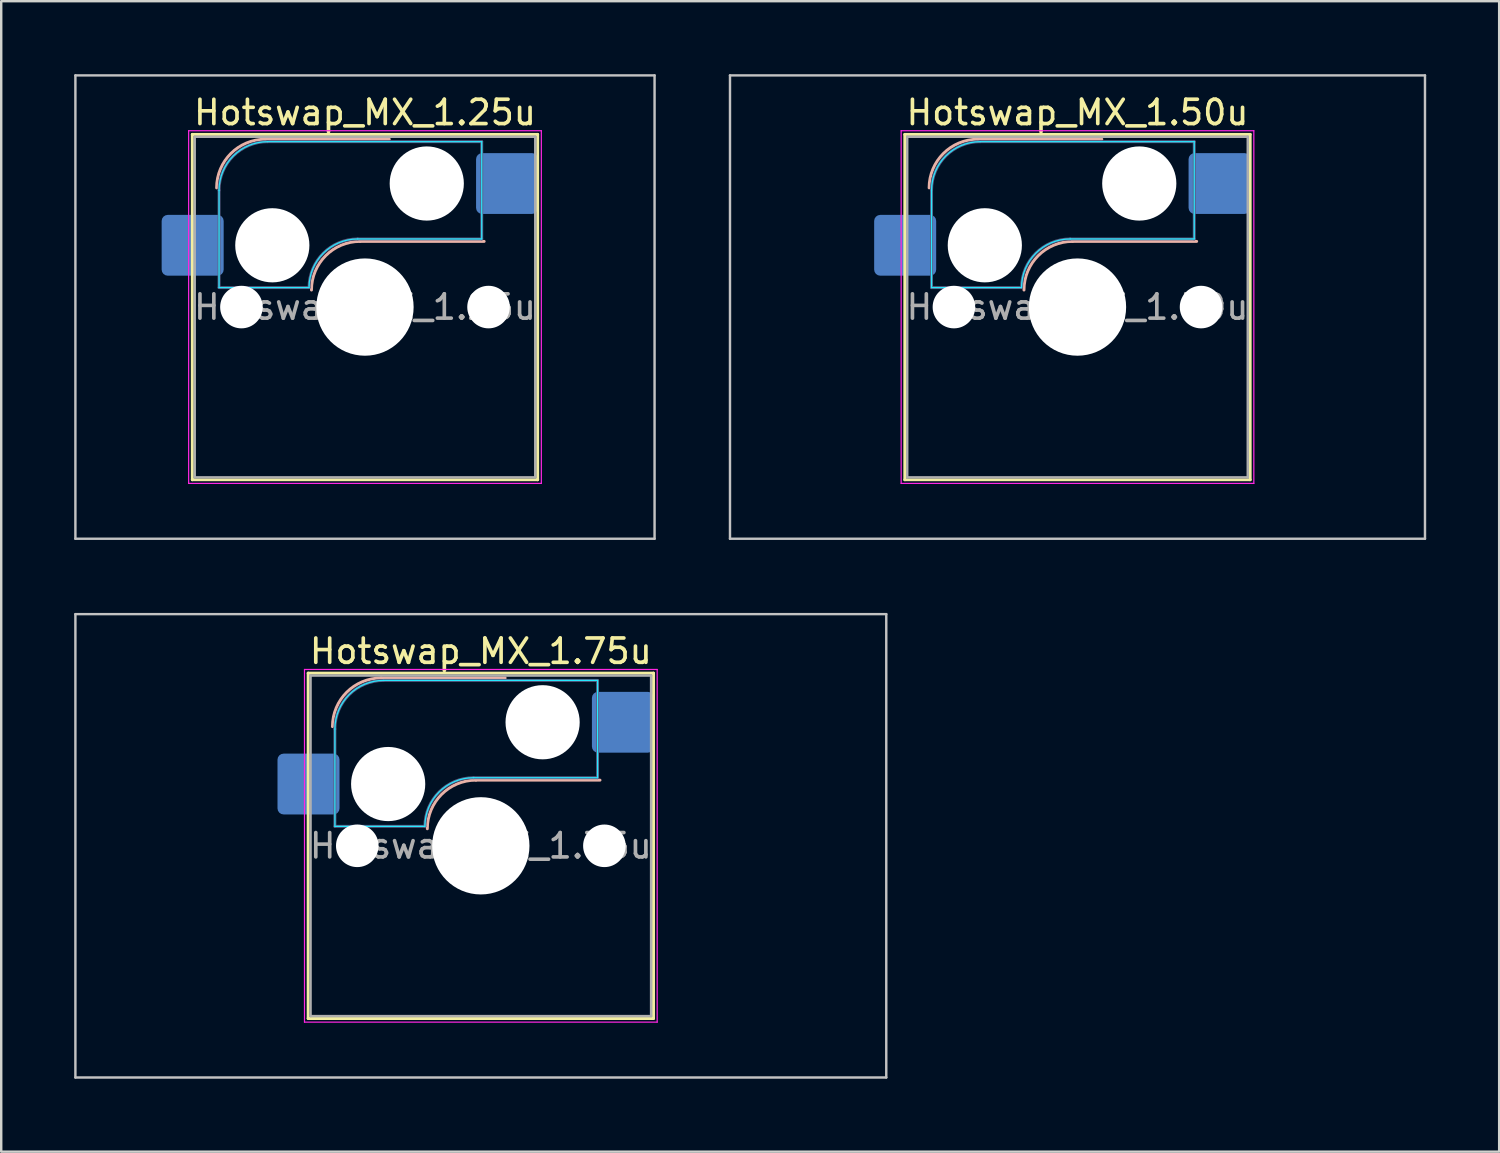
<source format=kicad_pcb>
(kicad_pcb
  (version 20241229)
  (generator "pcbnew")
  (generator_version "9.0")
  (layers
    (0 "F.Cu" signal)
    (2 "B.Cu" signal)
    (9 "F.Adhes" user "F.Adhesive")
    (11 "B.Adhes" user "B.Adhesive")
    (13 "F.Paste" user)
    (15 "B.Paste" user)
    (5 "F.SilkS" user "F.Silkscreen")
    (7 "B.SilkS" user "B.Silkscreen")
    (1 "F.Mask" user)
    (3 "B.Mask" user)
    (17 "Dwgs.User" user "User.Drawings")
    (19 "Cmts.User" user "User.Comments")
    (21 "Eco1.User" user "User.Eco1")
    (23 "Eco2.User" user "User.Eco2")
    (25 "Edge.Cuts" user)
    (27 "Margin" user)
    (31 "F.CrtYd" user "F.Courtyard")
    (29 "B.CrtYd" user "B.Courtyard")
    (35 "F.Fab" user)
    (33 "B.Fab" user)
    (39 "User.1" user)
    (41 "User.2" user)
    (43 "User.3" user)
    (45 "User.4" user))
  (footprint "Hotswap_MX_1.25u"
    (layer "F.Cu")
    (at 11.956 9.575)
    (property "Reference" "Hotswap_MX_1.25u" (at 0 -8 0) (layer "F.SilkS") (effects (font (size 1 1) (thickness 0.15))))
    (attr smd)
    (fp_line (start -7.1 -7.1) (end -7.1 7.1) (stroke (width 0.12) (type solid)) (layer "F.SilkS"))
    (fp_line (start -7.1 7.1) (end 7.1 7.1) (stroke (width 0.12) (type solid)) (layer "F.SilkS"))
    (fp_line (start 7.1 -7.1) (end -7.1 -7.1) (stroke (width 0.12) (type solid)) (layer "F.SilkS"))
    (fp_line (start 7.1 7.1) (end 7.1 -7.1) (stroke (width 0.12) (type solid)) (layer "F.SilkS"))
    (fp_line (start -4.1 -6.9) (end 1 -6.9) (stroke (width 0.12) (type solid)) (layer "B.SilkS"))
    (fp_line (start -0.2 -2.7) (end 4.9 -2.7) (stroke (width 0.12) (type solid)) (layer "B.SilkS"))
    (fp_arc (start -6.1 -4.9) (mid -5.514214 -6.314214) (end -4.1 -6.9) (stroke (width 0.12) (type solid)) (layer "B.SilkS"))
    (fp_arc (start -2.2 -0.7) (mid -1.614214 -2.114214) (end -0.2 -2.7) (stroke (width 0.12) (type solid)) (layer "B.SilkS"))
    (fp_line (start -11.906 -9.525) (end -11.906 9.525) (stroke (width 0.1) (type solid)) (layer "Dwgs.User"))
    (fp_line (start -11.906 9.525) (end 11.906 9.525) (stroke (width 0.1) (type solid)) (layer "Dwgs.User"))
    (fp_line (start 11.906 -9.525) (end -11.906 -9.525) (stroke (width 0.1) (type solid)) (layer "Dwgs.User"))
    (fp_line (start 11.906 9.525) (end 11.906 -9.525) (stroke (width 0.1) (type solid)) (layer "Dwgs.User"))
    (fp_line (start -7.8 -6) (end -7 -6) (stroke (width 0.1) (type solid)) (layer "Eco1.User"))
    (fp_line (start -7.8 -2.9) (end -7.8 -6) (stroke (width 0.1) (type solid)) (layer "Eco1.User"))
    (fp_line (start -7.8 2.9) (end -7 2.9) (stroke (width 0.1) (type solid)) (layer "Eco1.User"))
    (fp_line (start -7.8 6) (end -7.8 2.9) (stroke (width 0.1) (type solid)) (layer "Eco1.User"))
    (fp_line (start -7 -7) (end 7 -7) (stroke (width 0.1) (type solid)) (layer "Eco1.User"))
    (fp_line (start -7 -6) (end -7 -7) (stroke (width 0.1) (type solid)) (layer "Eco1.User"))
    (fp_line (start -7 -2.9) (end -7.8 -2.9) (stroke (width 0.1) (type solid)) (layer "Eco1.User"))
    (fp_line (start -7 2.9) (end -7 -2.9) (stroke (width 0.1) (type solid)) (layer "Eco1.User"))
    (fp_line (start -7 6) (end -7.8 6) (stroke (width 0.1) (type solid)) (layer "Eco1.User"))
    (fp_line (start -7 7) (end -7 6) (stroke (width 0.1) (type solid)) (layer "Eco1.User"))
    (fp_line (start 7 -7) (end 7 -6) (stroke (width 0.1) (type solid)) (layer "Eco1.User"))
    (fp_line (start 7 -6) (end 7.8 -6) (stroke (width 0.1) (type solid)) (layer "Eco1.User"))
    (fp_line (start 7 -2.9) (end 7 2.9) (stroke (width 0.1) (type solid)) (layer "Eco1.User"))
    (fp_line (start 7 2.9) (end 7.8 2.9) (stroke (width 0.1) (type solid)) (layer "Eco1.User"))
    (fp_line (start 7 6) (end 7 7) (stroke (width 0.1) (type solid)) (layer "Eco1.User"))
    (fp_line (start 7 7) (end -7 7) (stroke (width 0.1) (type solid)) (layer "Eco1.User"))
    (fp_line (start 7.8 -6) (end 7.8 -2.9) (stroke (width 0.1) (type solid)) (layer "Eco1.User"))
    (fp_line (start 7.8 -2.9) (end 7 -2.9) (stroke (width 0.1) (type solid)) (layer "Eco1.User"))
    (fp_line (start 7.8 2.9) (end 7.8 6) (stroke (width 0.1) (type solid)) (layer "Eco1.User"))
    (fp_line (start 7.8 6) (end 7 6) (stroke (width 0.1) (type solid)) (layer "Eco1.User"))
    (fp_line (start -6 -0.8) (end -6 -4.8) (stroke (width 0.05) (type solid)) (layer "B.CrtYd"))
    (fp_line (start -6 -0.8) (end -2.3 -0.8) (stroke (width 0.05) (type solid)) (layer "B.CrtYd"))
    (fp_line (start -4 -6.8) (end 4.8 -6.8) (stroke (width 0.05) (type solid)) (layer "B.CrtYd"))
    (fp_line (start -0.3 -2.8) (end 4.8 -2.8) (stroke (width 0.05) (type solid)) (layer "B.CrtYd"))
    (fp_line (start 4.8 -6.8) (end 4.8 -2.8) (stroke (width 0.05) (type solid)) (layer "B.CrtYd"))
    (fp_arc (start -6 -4.8) (mid -5.414214 -6.214213) (end -4 -6.8) (stroke (width 0.05) (type solid)) (layer "B.CrtYd"))
    (fp_arc (start -2.3 -0.8) (mid -1.714213 -2.214213) (end -0.3 -2.8) (stroke (width 0.05) (type solid)) (layer "B.CrtYd"))
    (fp_line (start -7.25 -7.25) (end -7.25 7.25) (stroke (width 0.05) (type solid)) (layer "F.CrtYd"))
    (fp_line (start -7.25 7.25) (end 7.25 7.25) (stroke (width 0.05) (type solid)) (layer "F.CrtYd"))
    (fp_line (start 7.25 -7.25) (end -7.25 -7.25) (stroke (width 0.05) (type solid)) (layer "F.CrtYd"))
    (fp_line (start 7.25 7.25) (end 7.25 -7.25) (stroke (width 0.05) (type solid)) (layer "F.CrtYd"))
    (fp_line (start -6 -0.8) (end -6 -4.8) (stroke (width 0.12) (type solid)) (layer "B.Fab"))
    (fp_line (start -6 -0.8) (end -2.3 -0.8) (stroke (width 0.12) (type solid)) (layer "B.Fab"))
    (fp_line (start -4 -6.8) (end 4.8 -6.8) (stroke (width 0.12) (type solid)) (layer "B.Fab"))
    (fp_line (start -0.3 -2.8) (end 4.8 -2.8) (stroke (width 0.12) (type solid)) (layer "B.Fab"))
    (fp_line (start 4.8 -6.8) (end 4.8 -2.8) (stroke (width 0.12) (type solid)) (layer "B.Fab"))
    (fp_arc (start -6 -4.8) (mid -5.414214 -6.214213) (end -4 -6.8) (stroke (width 0.12) (type solid)) (layer "B.Fab"))
    (fp_arc (start -2.3 -0.8) (mid -1.714213 -2.214213) (end -0.3 -2.8) (stroke (width 0.12) (type solid)) (layer "B.Fab"))
    (fp_line (start -7 -7) (end -7 7) (stroke (width 0.1) (type solid)) (layer "F.Fab"))
    (fp_line (start -7 7) (end 7 7) (stroke (width 0.1) (type solid)) (layer "F.Fab"))
    (fp_line (start 7 -7) (end -7 -7) (stroke (width 0.1) (type solid)) (layer "F.Fab"))
    (fp_line (start 7 7) (end 7 -7) (stroke (width 0.1) (type solid)) (layer "F.Fab"))
    (fp_text user "${REFERENCE}" (at 0 0 0) (layer "F.Fab") (effects (font (size 1 1) (thickness 0.15))))
    (pad "" np_thru_hole circle (at -5.08 0) (size 1.75 1.75) (drill 1.75) (layers "*.Cu" "*.Mask"))
    (pad "" np_thru_hole circle (at -3.81 -2.54) (size 3.05 3.05) (drill 3.05) (layers "*.Cu" "*.Mask"))
    (pad "" np_thru_hole circle (at 0 0) (size 4 4) (drill 4) (layers "*.Cu" "*.Mask"))
    (pad "" np_thru_hole circle (at 2.54 -5.08) (size 3.05 3.05) (drill 3.05) (layers "*.Cu" "*.Mask"))
    (pad "" np_thru_hole circle (at 5.08 0) (size 1.75 1.75) (drill 1.75) (layers "*.Cu" "*.Mask"))
    (pad "1" smd roundrect (at -7.085 -2.54) (size 2.55 2.5) (layers "B.Cu" "B.Mask" "B.Paste") (roundrect_rratio 0.1))
    (pad "2" smd roundrect (at 5.842 -5.08) (size 2.55 2.5) (layers "B.Cu" "B.Mask" "B.Paste") (roundrect_rratio 0.1)))
  (footprint "Hotswap_MX_1.50u"
    (layer "F.Cu")
    (at 41.25 9.575)
    (property "Reference" "Hotswap_MX_1.50u" (at 0 -8 0) (layer "F.SilkS") (effects (font (size 1 1) (thickness 0.15))))
    (attr smd)
    (fp_line (start -7.1 -7.1) (end -7.1 7.1) (stroke (width 0.12) (type solid)) (layer "F.SilkS"))
    (fp_line (start -7.1 7.1) (end 7.1 7.1) (stroke (width 0.12) (type solid)) (layer "F.SilkS"))
    (fp_line (start 7.1 -7.1) (end -7.1 -7.1) (stroke (width 0.12) (type solid)) (layer "F.SilkS"))
    (fp_line (start 7.1 7.1) (end 7.1 -7.1) (stroke (width 0.12) (type solid)) (layer "F.SilkS"))
    (fp_line (start -4.1 -6.9) (end 1 -6.9) (stroke (width 0.12) (type solid)) (layer "B.SilkS"))
    (fp_line (start -0.2 -2.7) (end 4.9 -2.7) (stroke (width 0.12) (type solid)) (layer "B.SilkS"))
    (fp_arc (start -6.1 -4.9) (mid -5.514214 -6.314214) (end -4.1 -6.9) (stroke (width 0.12) (type solid)) (layer "B.SilkS"))
    (fp_arc (start -2.2 -0.7) (mid -1.614214 -2.114214) (end -0.2 -2.7) (stroke (width 0.12) (type solid)) (layer "B.SilkS"))
    (fp_line (start -14.287 -9.525) (end -14.287 9.525) (stroke (width 0.1) (type solid)) (layer "Dwgs.User"))
    (fp_line (start -14.287 9.525) (end 14.287 9.525) (stroke (width 0.1) (type solid)) (layer "Dwgs.User"))
    (fp_line (start 14.287 -9.525) (end -14.287 -9.525) (stroke (width 0.1) (type solid)) (layer "Dwgs.User"))
    (fp_line (start 14.287 9.525) (end 14.287 -9.525) (stroke (width 0.1) (type solid)) (layer "Dwgs.User"))
    (fp_line (start -7.8 -6) (end -7 -6) (stroke (width 0.1) (type solid)) (layer "Eco1.User"))
    (fp_line (start -7.8 -2.9) (end -7.8 -6) (stroke (width 0.1) (type solid)) (layer "Eco1.User"))
    (fp_line (start -7.8 2.9) (end -7 2.9) (stroke (width 0.1) (type solid)) (layer "Eco1.User"))
    (fp_line (start -7.8 6) (end -7.8 2.9) (stroke (width 0.1) (type solid)) (layer "Eco1.User"))
    (fp_line (start -7 -7) (end 7 -7) (stroke (width 0.1) (type solid)) (layer "Eco1.User"))
    (fp_line (start -7 -6) (end -7 -7) (stroke (width 0.1) (type solid)) (layer "Eco1.User"))
    (fp_line (start -7 -2.9) (end -7.8 -2.9) (stroke (width 0.1) (type solid)) (layer "Eco1.User"))
    (fp_line (start -7 2.9) (end -7 -2.9) (stroke (width 0.1) (type solid)) (layer "Eco1.User"))
    (fp_line (start -7 6) (end -7.8 6) (stroke (width 0.1) (type solid)) (layer "Eco1.User"))
    (fp_line (start -7 7) (end -7 6) (stroke (width 0.1) (type solid)) (layer "Eco1.User"))
    (fp_line (start 7 -7) (end 7 -6) (stroke (width 0.1) (type solid)) (layer "Eco1.User"))
    (fp_line (start 7 -6) (end 7.8 -6) (stroke (width 0.1) (type solid)) (layer "Eco1.User"))
    (fp_line (start 7 -2.9) (end 7 2.9) (stroke (width 0.1) (type solid)) (layer "Eco1.User"))
    (fp_line (start 7 2.9) (end 7.8 2.9) (stroke (width 0.1) (type solid)) (layer "Eco1.User"))
    (fp_line (start 7 6) (end 7 7) (stroke (width 0.1) (type solid)) (layer "Eco1.User"))
    (fp_line (start 7 7) (end -7 7) (stroke (width 0.1) (type solid)) (layer "Eco1.User"))
    (fp_line (start 7.8 -6) (end 7.8 -2.9) (stroke (width 0.1) (type solid)) (layer "Eco1.User"))
    (fp_line (start 7.8 -2.9) (end 7 -2.9) (stroke (width 0.1) (type solid)) (layer "Eco1.User"))
    (fp_line (start 7.8 2.9) (end 7.8 6) (stroke (width 0.1) (type solid)) (layer "Eco1.User"))
    (fp_line (start 7.8 6) (end 7 6) (stroke (width 0.1) (type solid)) (layer "Eco1.User"))
    (fp_line (start -6 -0.8) (end -6 -4.8) (stroke (width 0.05) (type solid)) (layer "B.CrtYd"))
    (fp_line (start -6 -0.8) (end -2.3 -0.8) (stroke (width 0.05) (type solid)) (layer "B.CrtYd"))
    (fp_line (start -4 -6.8) (end 4.8 -6.8) (stroke (width 0.05) (type solid)) (layer "B.CrtYd"))
    (fp_line (start -0.3 -2.8) (end 4.8 -2.8) (stroke (width 0.05) (type solid)) (layer "B.CrtYd"))
    (fp_line (start 4.8 -6.8) (end 4.8 -2.8) (stroke (width 0.05) (type solid)) (layer "B.CrtYd"))
    (fp_arc (start -6 -4.8) (mid -5.414214 -6.214213) (end -4 -6.8) (stroke (width 0.05) (type solid)) (layer "B.CrtYd"))
    (fp_arc (start -2.3 -0.8) (mid -1.714213 -2.214213) (end -0.3 -2.8) (stroke (width 0.05) (type solid)) (layer "B.CrtYd"))
    (fp_line (start -7.25 -7.25) (end -7.25 7.25) (stroke (width 0.05) (type solid)) (layer "F.CrtYd"))
    (fp_line (start -7.25 7.25) (end 7.25 7.25) (stroke (width 0.05) (type solid)) (layer "F.CrtYd"))
    (fp_line (start 7.25 -7.25) (end -7.25 -7.25) (stroke (width 0.05) (type solid)) (layer "F.CrtYd"))
    (fp_line (start 7.25 7.25) (end 7.25 -7.25) (stroke (width 0.05) (type solid)) (layer "F.CrtYd"))
    (fp_line (start -6 -0.8) (end -6 -4.8) (stroke (width 0.12) (type solid)) (layer "B.Fab"))
    (fp_line (start -6 -0.8) (end -2.3 -0.8) (stroke (width 0.12) (type solid)) (layer "B.Fab"))
    (fp_line (start -4 -6.8) (end 4.8 -6.8) (stroke (width 0.12) (type solid)) (layer "B.Fab"))
    (fp_line (start -0.3 -2.8) (end 4.8 -2.8) (stroke (width 0.12) (type solid)) (layer "B.Fab"))
    (fp_line (start 4.8 -6.8) (end 4.8 -2.8) (stroke (width 0.12) (type solid)) (layer "B.Fab"))
    (fp_arc (start -6 -4.8) (mid -5.414214 -6.214213) (end -4 -6.8) (stroke (width 0.12) (type solid)) (layer "B.Fab"))
    (fp_arc (start -2.3 -0.8) (mid -1.714213 -2.214213) (end -0.3 -2.8) (stroke (width 0.12) (type solid)) (layer "B.Fab"))
    (fp_line (start -7 -7) (end -7 7) (stroke (width 0.1) (type solid)) (layer "F.Fab"))
    (fp_line (start -7 7) (end 7 7) (stroke (width 0.1) (type solid)) (layer "F.Fab"))
    (fp_line (start 7 -7) (end -7 -7) (stroke (width 0.1) (type solid)) (layer "F.Fab"))
    (fp_line (start 7 7) (end 7 -7) (stroke (width 0.1) (type solid)) (layer "F.Fab"))
    (fp_text user "${REFERENCE}" (at 0 0 0) (layer "F.Fab") (effects (font (size 1 1) (thickness 0.15))))
    (pad "" np_thru_hole circle (at -5.08 0) (size 1.75 1.75) (drill 1.75) (layers "*.Cu" "*.Mask"))
    (pad "" np_thru_hole circle (at -3.81 -2.54) (size 3.05 3.05) (drill 3.05) (layers "*.Cu" "*.Mask"))
    (pad "" np_thru_hole circle (at 0 0) (size 4 4) (drill 4) (layers "*.Cu" "*.Mask"))
    (pad "" np_thru_hole circle (at 2.54 -5.08) (size 3.05 3.05) (drill 3.05) (layers "*.Cu" "*.Mask"))
    (pad "" np_thru_hole circle (at 5.08 0) (size 1.75 1.75) (drill 1.75) (layers "*.Cu" "*.Mask"))
    (pad "1" smd roundrect (at -7.085 -2.54) (size 2.55 2.5) (layers "B.Cu" "B.Mask" "B.Paste") (roundrect_rratio 0.1))
    (pad "2" smd roundrect (at 5.842 -5.08) (size 2.55 2.5) (layers "B.Cu" "B.Mask" "B.Paste") (roundrect_rratio 0.1)))
  (footprint "Hotswap_MX_1.75u"
    (layer "F.Cu")
    (at 16.719 31.725)
    (property "Reference" "Hotswap_MX_1.75u" (at 0 -8 0) (layer "F.SilkS") (effects (font (size 1 1) (thickness 0.15))))
    (attr smd)
    (fp_line (start -7.1 -7.1) (end -7.1 7.1) (stroke (width 0.12) (type solid)) (layer "F.SilkS"))
    (fp_line (start -7.1 7.1) (end 7.1 7.1) (stroke (width 0.12) (type solid)) (layer "F.SilkS"))
    (fp_line (start 7.1 -7.1) (end -7.1 -7.1) (stroke (width 0.12) (type solid)) (layer "F.SilkS"))
    (fp_line (start 7.1 7.1) (end 7.1 -7.1) (stroke (width 0.12) (type solid)) (layer "F.SilkS"))
    (fp_line (start -4.1 -6.9) (end 1 -6.9) (stroke (width 0.12) (type solid)) (layer "B.SilkS"))
    (fp_line (start -0.2 -2.7) (end 4.9 -2.7) (stroke (width 0.12) (type solid)) (layer "B.SilkS"))
    (fp_arc (start -6.1 -4.9) (mid -5.514214 -6.314214) (end -4.1 -6.9) (stroke (width 0.12) (type solid)) (layer "B.SilkS"))
    (fp_arc (start -2.2 -0.7) (mid -1.614214 -2.114214) (end -0.2 -2.7) (stroke (width 0.12) (type solid)) (layer "B.SilkS"))
    (fp_line (start -16.669 -9.525) (end -16.669 9.525) (stroke (width 0.1) (type solid)) (layer "Dwgs.User"))
    (fp_line (start -16.669 9.525) (end 16.669 9.525) (stroke (width 0.1) (type solid)) (layer "Dwgs.User"))
    (fp_line (start 16.669 -9.525) (end -16.669 -9.525) (stroke (width 0.1) (type solid)) (layer "Dwgs.User"))
    (fp_line (start 16.669 9.525) (end 16.669 -9.525) (stroke (width 0.1) (type solid)) (layer "Dwgs.User"))
    (fp_line (start -7.8 -6) (end -7 -6) (stroke (width 0.1) (type solid)) (layer "Eco1.User"))
    (fp_line (start -7.8 -2.9) (end -7.8 -6) (stroke (width 0.1) (type solid)) (layer "Eco1.User"))
    (fp_line (start -7.8 2.9) (end -7 2.9) (stroke (width 0.1) (type solid)) (layer "Eco1.User"))
    (fp_line (start -7.8 6) (end -7.8 2.9) (stroke (width 0.1) (type solid)) (layer "Eco1.User"))
    (fp_line (start -7 -7) (end 7 -7) (stroke (width 0.1) (type solid)) (layer "Eco1.User"))
    (fp_line (start -7 -6) (end -7 -7) (stroke (width 0.1) (type solid)) (layer "Eco1.User"))
    (fp_line (start -7 -2.9) (end -7.8 -2.9) (stroke (width 0.1) (type solid)) (layer "Eco1.User"))
    (fp_line (start -7 2.9) (end -7 -2.9) (stroke (width 0.1) (type solid)) (layer "Eco1.User"))
    (fp_line (start -7 6) (end -7.8 6) (stroke (width 0.1) (type solid)) (layer "Eco1.User"))
    (fp_line (start -7 7) (end -7 6) (stroke (width 0.1) (type solid)) (layer "Eco1.User"))
    (fp_line (start 7 -7) (end 7 -6) (stroke (width 0.1) (type solid)) (layer "Eco1.User"))
    (fp_line (start 7 -6) (end 7.8 -6) (stroke (width 0.1) (type solid)) (layer "Eco1.User"))
    (fp_line (start 7 -2.9) (end 7 2.9) (stroke (width 0.1) (type solid)) (layer "Eco1.User"))
    (fp_line (start 7 2.9) (end 7.8 2.9) (stroke (width 0.1) (type solid)) (layer "Eco1.User"))
    (fp_line (start 7 6) (end 7 7) (stroke (width 0.1) (type solid)) (layer "Eco1.User"))
    (fp_line (start 7 7) (end -7 7) (stroke (width 0.1) (type solid)) (layer "Eco1.User"))
    (fp_line (start 7.8 -6) (end 7.8 -2.9) (stroke (width 0.1) (type solid)) (layer "Eco1.User"))
    (fp_line (start 7.8 -2.9) (end 7 -2.9) (stroke (width 0.1) (type solid)) (layer "Eco1.User"))
    (fp_line (start 7.8 2.9) (end 7.8 6) (stroke (width 0.1) (type solid)) (layer "Eco1.User"))
    (fp_line (start 7.8 6) (end 7 6) (stroke (width 0.1) (type solid)) (layer "Eco1.User"))
    (fp_line (start -6 -0.8) (end -6 -4.8) (stroke (width 0.05) (type solid)) (layer "B.CrtYd"))
    (fp_line (start -6 -0.8) (end -2.3 -0.8) (stroke (width 0.05) (type solid)) (layer "B.CrtYd"))
    (fp_line (start -4 -6.8) (end 4.8 -6.8) (stroke (width 0.05) (type solid)) (layer "B.CrtYd"))
    (fp_line (start -0.3 -2.8) (end 4.8 -2.8) (stroke (width 0.05) (type solid)) (layer "B.CrtYd"))
    (fp_line (start 4.8 -6.8) (end 4.8 -2.8) (stroke (width 0.05) (type solid)) (layer "B.CrtYd"))
    (fp_arc (start -6 -4.8) (mid -5.414214 -6.214213) (end -4 -6.8) (stroke (width 0.05) (type solid)) (layer "B.CrtYd"))
    (fp_arc (start -2.3 -0.8) (mid -1.714213 -2.214213) (end -0.3 -2.8) (stroke (width 0.05) (type solid)) (layer "B.CrtYd"))
    (fp_line (start -7.25 -7.25) (end -7.25 7.25) (stroke (width 0.05) (type solid)) (layer "F.CrtYd"))
    (fp_line (start -7.25 7.25) (end 7.25 7.25) (stroke (width 0.05) (type solid)) (layer "F.CrtYd"))
    (fp_line (start 7.25 -7.25) (end -7.25 -7.25) (stroke (width 0.05) (type solid)) (layer "F.CrtYd"))
    (fp_line (start 7.25 7.25) (end 7.25 -7.25) (stroke (width 0.05) (type solid)) (layer "F.CrtYd"))
    (fp_line (start -6 -0.8) (end -6 -4.8) (stroke (width 0.12) (type solid)) (layer "B.Fab"))
    (fp_line (start -6 -0.8) (end -2.3 -0.8) (stroke (width 0.12) (type solid)) (layer "B.Fab"))
    (fp_line (start -4 -6.8) (end 4.8 -6.8) (stroke (width 0.12) (type solid)) (layer "B.Fab"))
    (fp_line (start -0.3 -2.8) (end 4.8 -2.8) (stroke (width 0.12) (type solid)) (layer "B.Fab"))
    (fp_line (start 4.8 -6.8) (end 4.8 -2.8) (stroke (width 0.12) (type solid)) (layer "B.Fab"))
    (fp_arc (start -6 -4.8) (mid -5.414214 -6.214213) (end -4 -6.8) (stroke (width 0.12) (type solid)) (layer "B.Fab"))
    (fp_arc (start -2.3 -0.8) (mid -1.714213 -2.214213) (end -0.3 -2.8) (stroke (width 0.12) (type solid)) (layer "B.Fab"))
    (fp_line (start -7 -7) (end -7 7) (stroke (width 0.1) (type solid)) (layer "F.Fab"))
    (fp_line (start -7 7) (end 7 7) (stroke (width 0.1) (type solid)) (layer "F.Fab"))
    (fp_line (start 7 -7) (end -7 -7) (stroke (width 0.1) (type solid)) (layer "F.Fab"))
    (fp_line (start 7 7) (end 7 -7) (stroke (width 0.1) (type solid)) (layer "F.Fab"))
    (fp_text user "${REFERENCE}" (at 0 0 0) (layer "F.Fab") (effects (font (size 1 1) (thickness 0.15))))
    (pad "" np_thru_hole circle (at -5.08 0) (size 1.75 1.75) (drill 1.75) (layers "*.Cu" "*.Mask"))
    (pad "" np_thru_hole circle (at -3.81 -2.54) (size 3.05 3.05) (drill 3.05) (layers "*.Cu" "*.Mask"))
    (pad "" np_thru_hole circle (at 0 0) (size 4 4) (drill 4) (layers "*.Cu" "*.Mask"))
    (pad "" np_thru_hole circle (at 2.54 -5.08) (size 3.05 3.05) (drill 3.05) (layers "*.Cu" "*.Mask"))
    (pad "" np_thru_hole circle (at 5.08 0) (size 1.75 1.75) (drill 1.75) (layers "*.Cu" "*.Mask"))
    (pad "1" smd roundrect (at -7.085 -2.54) (size 2.55 2.5) (layers "B.Cu" "B.Mask" "B.Paste") (roundrect_rratio 0.1))
    (pad "2" smd roundrect (at 5.842 -5.08) (size 2.55 2.5) (layers "B.Cu" "B.Mask" "B.Paste") (roundrect_rratio 0.1)))
  (gr_rect
    (start -3 -3)
    (end 58.587 44.3)
    (stroke (width 0.1) (type default))
    (fill no)
    (layer "Edge.Cuts")))
</source>
